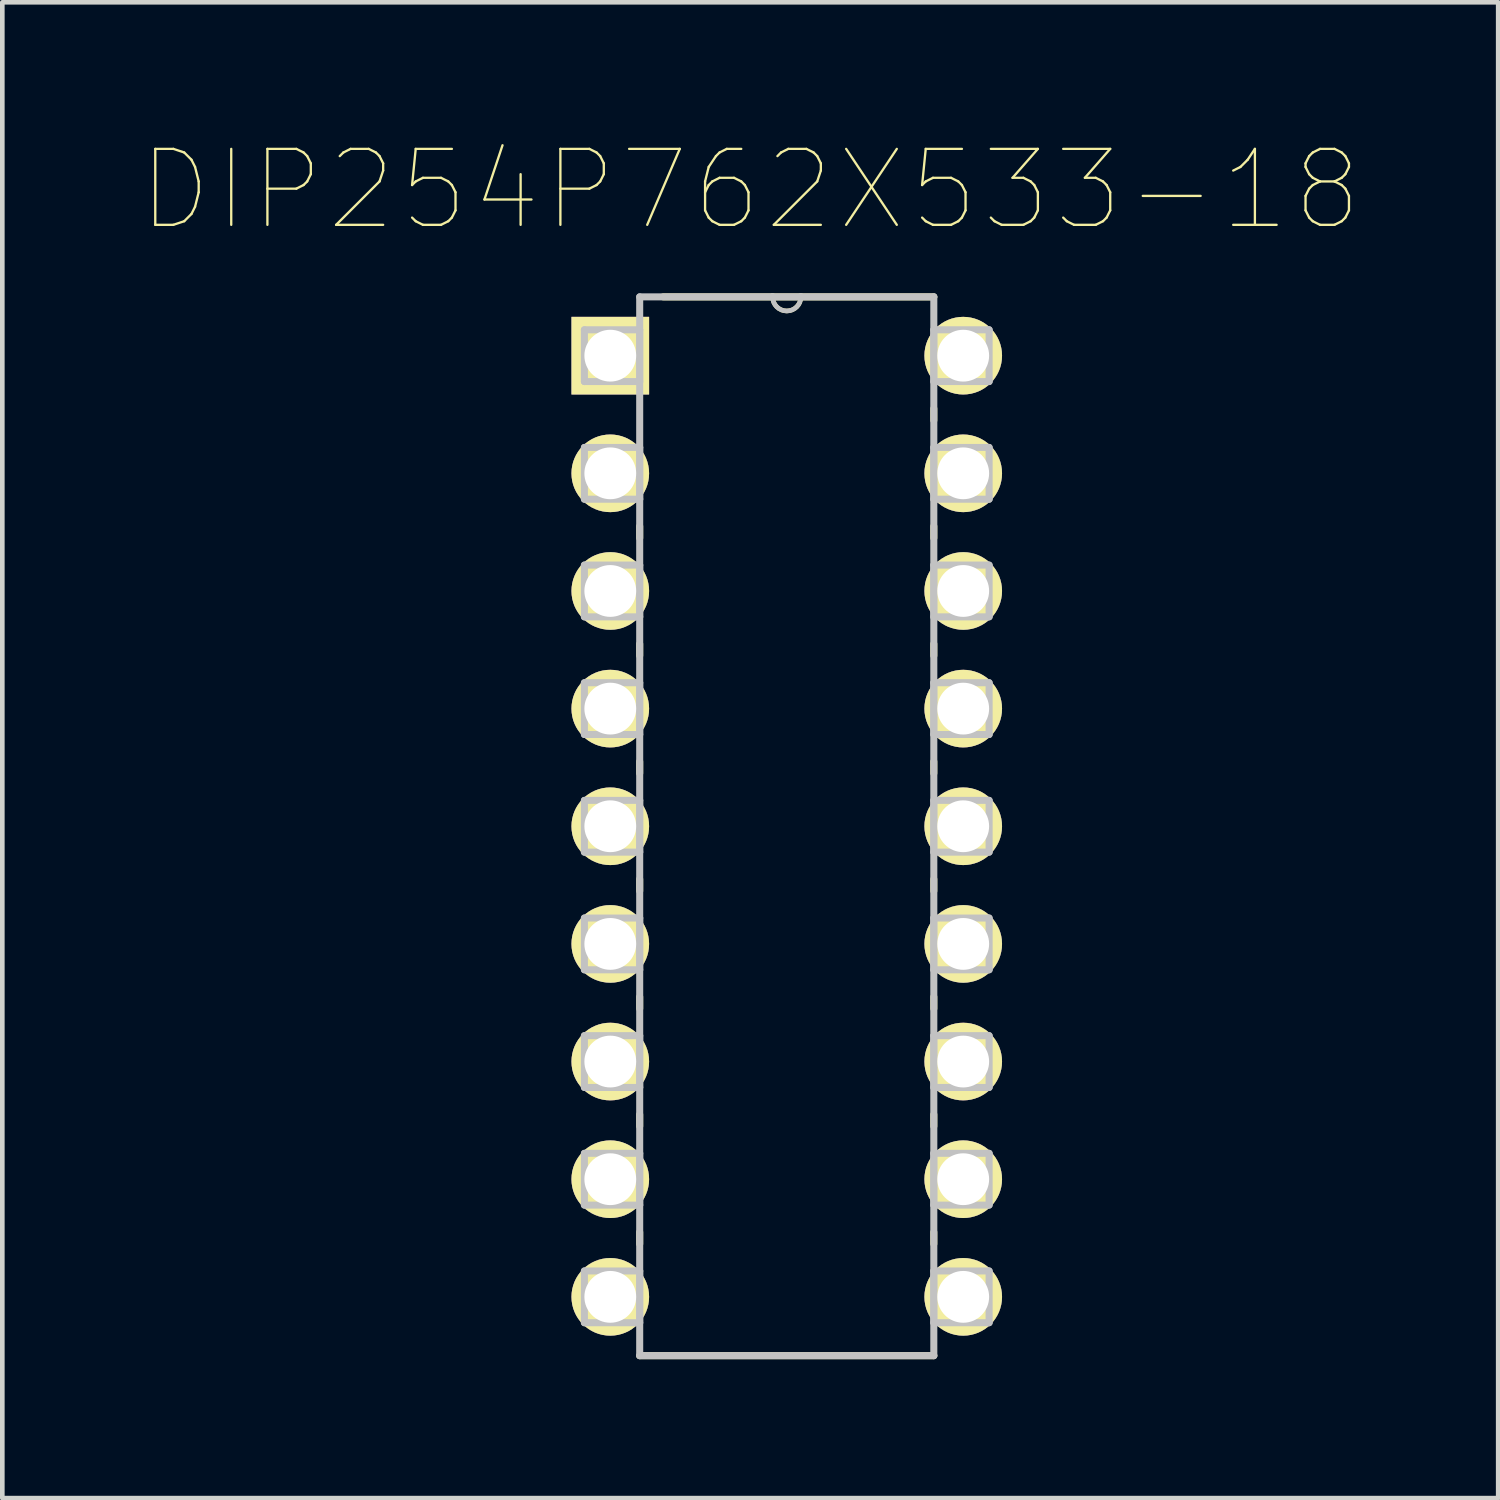
<source format=kicad_pcb>
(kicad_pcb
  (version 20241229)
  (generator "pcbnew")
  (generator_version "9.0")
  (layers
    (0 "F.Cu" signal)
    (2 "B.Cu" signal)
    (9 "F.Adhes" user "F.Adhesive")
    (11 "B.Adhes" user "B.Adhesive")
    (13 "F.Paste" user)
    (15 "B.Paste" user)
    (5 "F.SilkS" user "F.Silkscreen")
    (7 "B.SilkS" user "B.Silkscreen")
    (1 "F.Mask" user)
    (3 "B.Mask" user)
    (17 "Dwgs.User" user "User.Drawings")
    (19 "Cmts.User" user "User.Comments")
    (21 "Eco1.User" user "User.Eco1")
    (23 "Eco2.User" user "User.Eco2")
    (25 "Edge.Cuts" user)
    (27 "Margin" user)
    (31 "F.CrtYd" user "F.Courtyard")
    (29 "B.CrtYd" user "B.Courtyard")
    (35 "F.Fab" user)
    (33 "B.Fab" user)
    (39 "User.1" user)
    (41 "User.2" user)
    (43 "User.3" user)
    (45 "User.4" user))
  (footprint "DIP254P762X533-18"
    (layer "F.Cu")
    (at 17.746 24.949)
    (property "Reference" "DIP254P762X533-18" (at -4.597 -23.901 0) (layer "F.SilkS") (effects (font (size 1.64 1.64) (thickness 0.05))))
    (attr through_hole)
    (fp_line (start -6.985 -16.637) (end -6.985 -16.383) (stroke (width 0.152) (type solid)) (layer "F.SilkS"))
    (fp_line (start -6.985 -14.097) (end -6.985 -13.843) (stroke (width 0.152) (type solid)) (layer "F.SilkS"))
    (fp_line (start -6.985 -11.557) (end -6.985 -11.303) (stroke (width 0.152) (type solid)) (layer "F.SilkS"))
    (fp_line (start -6.985 -9.017) (end -6.985 -8.763) (stroke (width 0.152) (type solid)) (layer "F.SilkS"))
    (fp_line (start -6.985 -6.477) (end -6.985 -6.223) (stroke (width 0.152) (type solid)) (layer "F.SilkS"))
    (fp_line (start -6.985 -3.937) (end -6.985 -3.683) (stroke (width 0.152) (type solid)) (layer "F.SilkS"))
    (fp_line (start -6.985 -1.397) (end -6.985 -1.143) (stroke (width 0.152) (type solid)) (layer "F.SilkS"))
    (fp_line (start -6.985 1.27) (end -0.635 1.27) (stroke (width 0.152) (type solid)) (layer "F.SilkS"))
    (fp_line (start -4.115 -21.59) (end -6.477 -21.59) (stroke (width 0.152) (type solid)) (layer "F.SilkS"))
    (fp_line (start -3.505 -21.59) (end -4.115 -21.59) (stroke (width 0.152) (type solid)) (layer "F.SilkS"))
    (fp_line (start -0.635 -21.59) (end -3.505 -21.59) (stroke (width 0.152) (type solid)) (layer "F.SilkS"))
    (fp_line (start -0.635 -18.923) (end -0.635 -19.177) (stroke (width 0.152) (type solid)) (layer "F.SilkS"))
    (fp_line (start -0.635 -16.383) (end -0.635 -16.637) (stroke (width 0.152) (type solid)) (layer "F.SilkS"))
    (fp_line (start -0.635 -13.843) (end -0.635 -14.097) (stroke (width 0.152) (type solid)) (layer "F.SilkS"))
    (fp_line (start -0.635 -11.303) (end -0.635 -11.557) (stroke (width 0.152) (type solid)) (layer "F.SilkS"))
    (fp_line (start -0.635 -8.763) (end -0.635 -9.017) (stroke (width 0.152) (type solid)) (layer "F.SilkS"))
    (fp_line (start -0.635 -6.223) (end -0.635 -6.477) (stroke (width 0.152) (type solid)) (layer "F.SilkS"))
    (fp_line (start -0.635 -3.683) (end -0.635 -3.937) (stroke (width 0.152) (type solid)) (layer "F.SilkS"))
    (fp_line (start -0.635 -1.143) (end -0.635 -1.397) (stroke (width 0.152) (type solid)) (layer "F.SilkS"))
    (fp_arc (start -3.5052 -21.59) (mid -3.81 -21.2852) (end -4.1148 -21.59) (stroke (width 0.1) (type solid)) (layer "F.SilkS"))
    (fp_line (start -8.179 -20.879) (end -8.179 -19.761) (stroke (width 0.152) (type solid)) (layer "Dwgs.User"))
    (fp_line (start -8.179 -19.761) (end -6.985 -19.761) (stroke (width 0.152) (type solid)) (layer "Dwgs.User"))
    (fp_line (start -8.179 -18.339) (end -8.179 -17.221) (stroke (width 0.152) (type solid)) (layer "Dwgs.User"))
    (fp_line (start -8.179 -17.221) (end -6.985 -17.221) (stroke (width 0.152) (type solid)) (layer "Dwgs.User"))
    (fp_line (start -8.179 -15.799) (end -8.179 -14.681) (stroke (width 0.152) (type solid)) (layer "Dwgs.User"))
    (fp_line (start -8.179 -14.681) (end -6.985 -14.681) (stroke (width 0.152) (type solid)) (layer "Dwgs.User"))
    (fp_line (start -8.179 -13.259) (end -8.179 -12.141) (stroke (width 0.152) (type solid)) (layer "Dwgs.User"))
    (fp_line (start -8.179 -12.141) (end -6.985 -12.141) (stroke (width 0.152) (type solid)) (layer "Dwgs.User"))
    (fp_line (start -8.179 -10.719) (end -8.179 -9.601) (stroke (width 0.152) (type solid)) (layer "Dwgs.User"))
    (fp_line (start -8.179 -9.601) (end -6.985 -9.601) (stroke (width 0.152) (type solid)) (layer "Dwgs.User"))
    (fp_line (start -8.179 -8.179) (end -8.179 -7.061) (stroke (width 0.152) (type solid)) (layer "Dwgs.User"))
    (fp_line (start -8.179 -7.061) (end -6.985 -7.061) (stroke (width 0.152) (type solid)) (layer "Dwgs.User"))
    (fp_line (start -8.179 -5.639) (end -8.179 -4.521) (stroke (width 0.152) (type solid)) (layer "Dwgs.User"))
    (fp_line (start -8.179 -4.521) (end -6.985 -4.521) (stroke (width 0.152) (type solid)) (layer "Dwgs.User"))
    (fp_line (start -8.179 -3.099) (end -8.179 -1.981) (stroke (width 0.152) (type solid)) (layer "Dwgs.User"))
    (fp_line (start -8.179 -1.981) (end -6.985 -1.981) (stroke (width 0.152) (type solid)) (layer "Dwgs.User"))
    (fp_line (start -8.179 -0.559) (end -8.179 0.559) (stroke (width 0.152) (type solid)) (layer "Dwgs.User"))
    (fp_line (start -8.179 0.559) (end -6.985 0.559) (stroke (width 0.152) (type solid)) (layer "Dwgs.User"))
    (fp_line (start -6.985 -21.59) (end -6.985 1.27) (stroke (width 0.152) (type solid)) (layer "Dwgs.User"))
    (fp_line (start -6.985 -20.879) (end -8.179 -20.879) (stroke (width 0.152) (type solid)) (layer "Dwgs.User"))
    (fp_line (start -6.985 -19.761) (end -6.985 -20.879) (stroke (width 0.152) (type solid)) (layer "Dwgs.User"))
    (fp_line (start -6.985 -18.339) (end -8.179 -18.339) (stroke (width 0.152) (type solid)) (layer "Dwgs.User"))
    (fp_line (start -6.985 -17.221) (end -6.985 -18.339) (stroke (width 0.152) (type solid)) (layer "Dwgs.User"))
    (fp_line (start -6.985 -15.799) (end -8.179 -15.799) (stroke (width 0.152) (type solid)) (layer "Dwgs.User"))
    (fp_line (start -6.985 -14.681) (end -6.985 -15.799) (stroke (width 0.152) (type solid)) (layer "Dwgs.User"))
    (fp_line (start -6.985 -13.259) (end -8.179 -13.259) (stroke (width 0.152) (type solid)) (layer "Dwgs.User"))
    (fp_line (start -6.985 -12.141) (end -6.985 -13.259) (stroke (width 0.152) (type solid)) (layer "Dwgs.User"))
    (fp_line (start -6.985 -10.719) (end -8.179 -10.719) (stroke (width 0.152) (type solid)) (layer "Dwgs.User"))
    (fp_line (start -6.985 -9.601) (end -6.985 -10.719) (stroke (width 0.152) (type solid)) (layer "Dwgs.User"))
    (fp_line (start -6.985 -8.179) (end -8.179 -8.179) (stroke (width 0.152) (type solid)) (layer "Dwgs.User"))
    (fp_line (start -6.985 -7.061) (end -6.985 -8.179) (stroke (width 0.152) (type solid)) (layer "Dwgs.User"))
    (fp_line (start -6.985 -5.639) (end -8.179 -5.639) (stroke (width 0.152) (type solid)) (layer "Dwgs.User"))
    (fp_line (start -6.985 -4.521) (end -6.985 -5.639) (stroke (width 0.152) (type solid)) (layer "Dwgs.User"))
    (fp_line (start -6.985 -3.099) (end -8.179 -3.099) (stroke (width 0.152) (type solid)) (layer "Dwgs.User"))
    (fp_line (start -6.985 -1.981) (end -6.985 -3.099) (stroke (width 0.152) (type solid)) (layer "Dwgs.User"))
    (fp_line (start -6.985 -0.559) (end -8.179 -0.559) (stroke (width 0.152) (type solid)) (layer "Dwgs.User"))
    (fp_line (start -6.985 0.559) (end -6.985 -0.559) (stroke (width 0.152) (type solid)) (layer "Dwgs.User"))
    (fp_line (start -6.985 1.27) (end -0.635 1.27) (stroke (width 0.152) (type solid)) (layer "Dwgs.User"))
    (fp_line (start -4.115 -21.59) (end -6.985 -21.59) (stroke (width 0.152) (type solid)) (layer "Dwgs.User"))
    (fp_line (start -3.505 -21.59) (end -4.115 -21.59) (stroke (width 0.152) (type solid)) (layer "Dwgs.User"))
    (fp_line (start -0.635 -21.59) (end -3.505 -21.59) (stroke (width 0.152) (type solid)) (layer "Dwgs.User"))
    (fp_line (start -0.635 -20.879) (end -0.635 -19.761) (stroke (width 0.152) (type solid)) (layer "Dwgs.User"))
    (fp_line (start -0.635 -19.761) (end 0.559 -19.761) (stroke (width 0.152) (type solid)) (layer "Dwgs.User"))
    (fp_line (start -0.635 -18.339) (end -0.635 -17.221) (stroke (width 0.152) (type solid)) (layer "Dwgs.User"))
    (fp_line (start -0.635 -17.221) (end 0.559 -17.221) (stroke (width 0.152) (type solid)) (layer "Dwgs.User"))
    (fp_line (start -0.635 -15.799) (end -0.635 -14.681) (stroke (width 0.152) (type solid)) (layer "Dwgs.User"))
    (fp_line (start -0.635 -14.681) (end 0.559 -14.681) (stroke (width 0.152) (type solid)) (layer "Dwgs.User"))
    (fp_line (start -0.635 -13.259) (end -0.635 -12.141) (stroke (width 0.152) (type solid)) (layer "Dwgs.User"))
    (fp_line (start -0.635 -12.141) (end 0.559 -12.141) (stroke (width 0.152) (type solid)) (layer "Dwgs.User"))
    (fp_line (start -0.635 -10.719) (end -0.635 -9.601) (stroke (width 0.152) (type solid)) (layer "Dwgs.User"))
    (fp_line (start -0.635 -9.601) (end 0.559 -9.601) (stroke (width 0.152) (type solid)) (layer "Dwgs.User"))
    (fp_line (start -0.635 -8.179) (end -0.635 -7.061) (stroke (width 0.152) (type solid)) (layer "Dwgs.User"))
    (fp_line (start -0.635 -7.061) (end 0.559 -7.061) (stroke (width 0.152) (type solid)) (layer "Dwgs.User"))
    (fp_line (start -0.635 -5.639) (end -0.635 -4.521) (stroke (width 0.152) (type solid)) (layer "Dwgs.User"))
    (fp_line (start -0.635 -4.521) (end 0.559 -4.521) (stroke (width 0.152) (type solid)) (layer "Dwgs.User"))
    (fp_line (start -0.635 -3.099) (end -0.635 -1.981) (stroke (width 0.152) (type solid)) (layer "Dwgs.User"))
    (fp_line (start -0.635 -1.981) (end 0.559 -1.981) (stroke (width 0.152) (type solid)) (layer "Dwgs.User"))
    (fp_line (start -0.635 -0.559) (end -0.635 0.559) (stroke (width 0.152) (type solid)) (layer "Dwgs.User"))
    (fp_line (start -0.635 0.559) (end 0.559 0.559) (stroke (width 0.152) (type solid)) (layer "Dwgs.User"))
    (fp_line (start -0.635 1.27) (end -0.635 -21.59) (stroke (width 0.152) (type solid)) (layer "Dwgs.User"))
    (fp_line (start 0.559 -20.879) (end -0.635 -20.879) (stroke (width 0.152) (type solid)) (layer "Dwgs.User"))
    (fp_line (start 0.559 -19.761) (end 0.559 -20.879) (stroke (width 0.152) (type solid)) (layer "Dwgs.User"))
    (fp_line (start 0.559 -18.339) (end -0.635 -18.339) (stroke (width 0.152) (type solid)) (layer "Dwgs.User"))
    (fp_line (start 0.559 -17.221) (end 0.559 -18.339) (stroke (width 0.152) (type solid)) (layer "Dwgs.User"))
    (fp_line (start 0.559 -15.799) (end -0.635 -15.799) (stroke (width 0.152) (type solid)) (layer "Dwgs.User"))
    (fp_line (start 0.559 -14.681) (end 0.559 -15.799) (stroke (width 0.152) (type solid)) (layer "Dwgs.User"))
    (fp_line (start 0.559 -13.259) (end -0.635 -13.259) (stroke (width 0.152) (type solid)) (layer "Dwgs.User"))
    (fp_line (start 0.559 -12.141) (end 0.559 -13.259) (stroke (width 0.152) (type solid)) (layer "Dwgs.User"))
    (fp_line (start 0.559 -10.719) (end -0.635 -10.719) (stroke (width 0.152) (type solid)) (layer "Dwgs.User"))
    (fp_line (start 0.559 -9.601) (end 0.559 -10.719) (stroke (width 0.152) (type solid)) (layer "Dwgs.User"))
    (fp_line (start 0.559 -8.179) (end -0.635 -8.179) (stroke (width 0.152) (type solid)) (layer "Dwgs.User"))
    (fp_line (start 0.559 -7.061) (end 0.559 -8.179) (stroke (width 0.152) (type solid)) (layer "Dwgs.User"))
    (fp_line (start 0.559 -5.639) (end -0.635 -5.639) (stroke (width 0.152) (type solid)) (layer "Dwgs.User"))
    (fp_line (start 0.559 -4.521) (end 0.559 -5.639) (stroke (width 0.152) (type solid)) (layer "Dwgs.User"))
    (fp_line (start 0.559 -3.099) (end -0.635 -3.099) (stroke (width 0.152) (type solid)) (layer "Dwgs.User"))
    (fp_line (start 0.559 -1.981) (end 0.559 -3.099) (stroke (width 0.152) (type solid)) (layer "Dwgs.User"))
    (fp_line (start 0.559 -0.559) (end -0.635 -0.559) (stroke (width 0.152) (type solid)) (layer "Dwgs.User"))
    (fp_line (start 0.559 0.559) (end 0.559 -0.559) (stroke (width 0.152) (type solid)) (layer "Dwgs.User"))
    (fp_arc (start -3.5052 -21.59) (mid -3.81 -21.2852) (end -4.1148 -21.59) (stroke (width 0.1) (type solid)) (layer "Dwgs.User"))
    (pad "1" thru_hole rect (at -7.62 -20.32) (size 1.676 1.676) (drill 1.118) (layers "*.Cu" "*.Mask" "F.SilkS"))
    (pad "2" thru_hole circle (at -7.62 -17.78) (size 1.676 1.676) (drill 1.118) (layers "*.Cu" "*.Mask" "F.SilkS"))
    (pad "3" thru_hole circle (at -7.62 -15.24) (size 1.676 1.676) (drill 1.118) (layers "*.Cu" "*.Mask" "F.SilkS"))
    (pad "4" thru_hole circle (at -7.62 -12.7) (size 1.676 1.676) (drill 1.118) (layers "*.Cu" "*.Mask" "F.SilkS"))
    (pad "5" thru_hole circle (at -7.62 -10.16) (size 1.676 1.676) (drill 1.118) (layers "*.Cu" "*.Mask" "F.SilkS"))
    (pad "6" thru_hole circle (at -7.62 -7.62) (size 1.676 1.676) (drill 1.118) (layers "*.Cu" "*.Mask" "F.SilkS"))
    (pad "7" thru_hole circle (at -7.62 -5.08) (size 1.676 1.676) (drill 1.118) (layers "*.Cu" "*.Mask" "F.SilkS"))
    (pad "8" thru_hole circle (at -7.62 -2.54) (size 1.676 1.676) (drill 1.118) (layers "*.Cu" "*.Mask" "F.SilkS"))
    (pad "9" thru_hole circle (at -7.62 0) (size 1.676 1.676) (drill 1.118) (layers "*.Cu" "*.Mask" "F.SilkS"))
    (pad "10" thru_hole circle (at 0 0) (size 1.676 1.676) (drill 1.118) (layers "*.Cu" "*.Mask" "F.SilkS"))
    (pad "11" thru_hole circle (at 0 -2.54) (size 1.676 1.676) (drill 1.118) (layers "*.Cu" "*.Mask" "F.SilkS"))
    (pad "12" thru_hole circle (at 0 -5.08) (size 1.676 1.676) (drill 1.118) (layers "*.Cu" "*.Mask" "F.SilkS"))
    (pad "13" thru_hole circle (at 0 -7.62) (size 1.676 1.676) (drill 1.118) (layers "*.Cu" "*.Mask" "F.SilkS"))
    (pad "14" thru_hole circle (at 0 -10.16) (size 1.676 1.676) (drill 1.118) (layers "*.Cu" "*.Mask" "F.SilkS"))
    (pad "15" thru_hole circle (at 0 -12.7) (size 1.676 1.676) (drill 1.118) (layers "*.Cu" "*.Mask" "F.SilkS"))
    (pad "16" thru_hole circle (at 0 -15.24) (size 1.676 1.676) (drill 1.118) (layers "*.Cu" "*.Mask" "F.SilkS"))
    (pad "17" thru_hole circle (at 0 -17.78) (size 1.676 1.676) (drill 1.118) (layers "*.Cu" "*.Mask" "F.SilkS"))
    (pad "18" thru_hole circle (at 0 -20.32) (size 1.676 1.676) (drill 1.118) (layers "*.Cu" "*.Mask" "F.SilkS")))
  (gr_rect
    (start -3 -3)
    (end 29.296 29.295)
    (stroke (width 0.1) (type default))
    (fill no)
    (layer "Edge.Cuts")))
</source>
